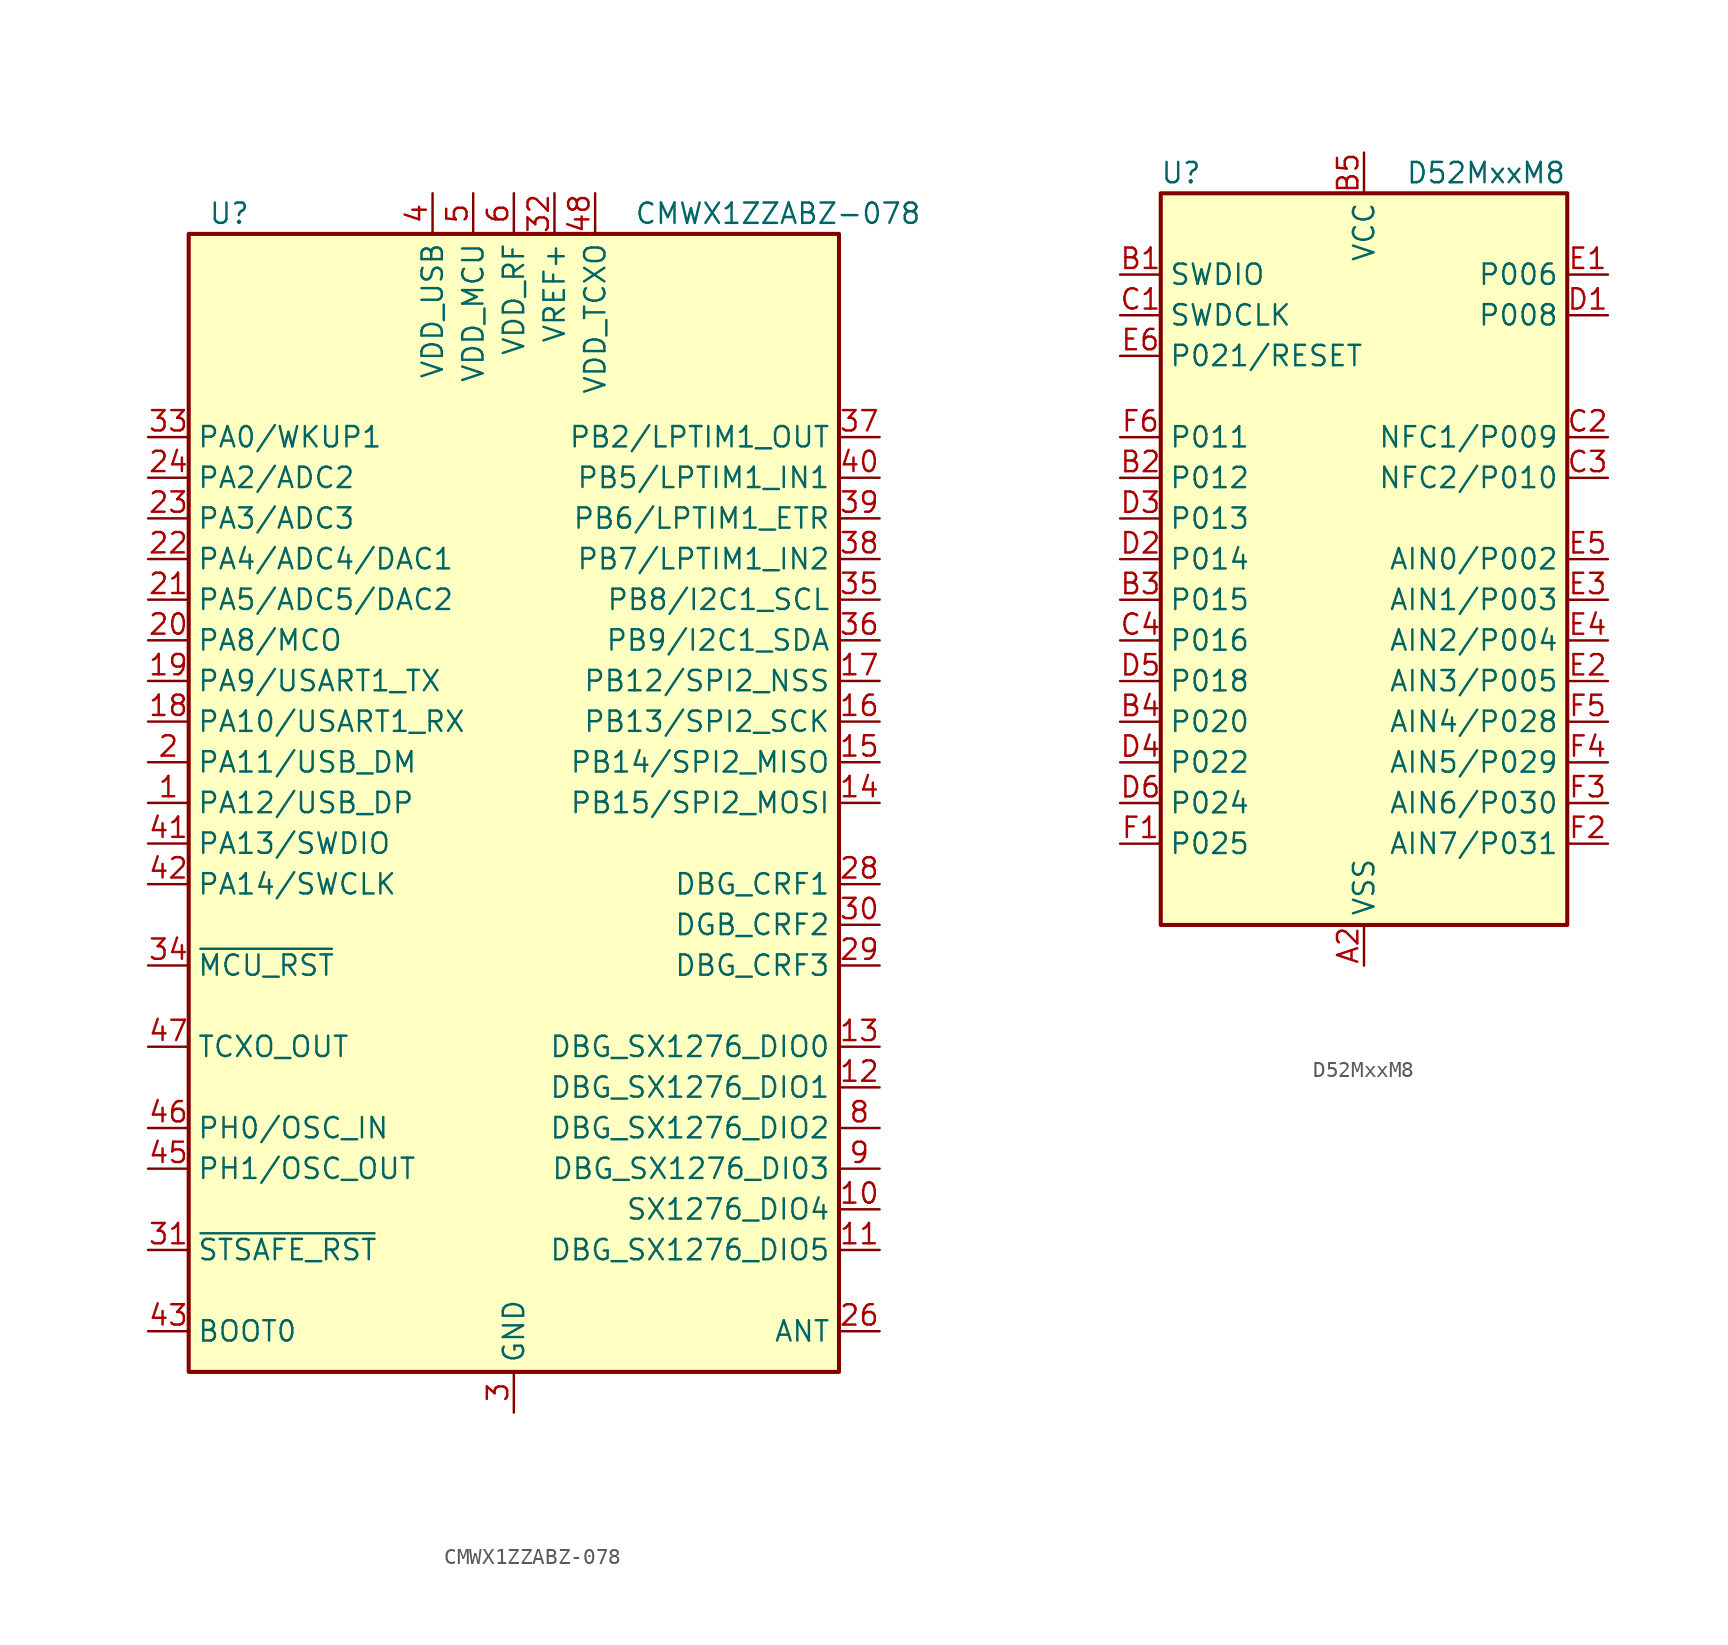
<source format=kicad_sym>
(kicad_symbol_lib
  (version 20201005)
  (generator kicad_symbol_editor)
  (symbol "RF_Module:CMWX1ZZABZ-078"
    (property "Reference" "U"
      (at -17.78 36.83 0)
      (effects (font (size 1.27 1.27))))
    (property "Value" "CMWX1ZZABZ-078"
      (at 16.51 36.83 0)
      (effects (font (size 1.27 1.27))))
    (symbol "CMWX1ZZABZ-078_0_1"
      (rectangle (start -20.32 35.56) (end 20.32 -35.56) (stroke (width 0.254)) (fill (type background))))
    (symbol "CMWX1ZZABZ-078_1_1"
      (pin bidirectional line (at -22.86 0 0) (length 2.54) (name "PA12/USB_DP" (effects (font (size 1.27 1.27)))) (number "1" (effects (font (size 1.27 1.27)))))
      (pin bidirectional line (at 22.86 -25.4 180) (length 2.54) (name "SX1276_DIO4" (effects (font (size 1.27 1.27)))) (number "10" (effects (font (size 1.27 1.27)))))
      (pin bidirectional line (at 22.86 -27.94 180) (length 2.54) (name "DBG_SX1276_DIO5" (effects (font (size 1.27 1.27)))) (number "11" (effects (font (size 1.27 1.27)))))
      (pin bidirectional line (at 22.86 -17.78 180) (length 2.54) (name "DBG_SX1276_DIO1" (effects (font (size 1.27 1.27)))) (number "12" (effects (font (size 1.27 1.27)))))
      (pin bidirectional line (at 22.86 -15.24 180) (length 2.54) (name "DBG_SX1276_DIO0" (effects (font (size 1.27 1.27)))) (number "13" (effects (font (size 1.27 1.27)))))
      (pin bidirectional line (at 22.86 0 180) (length 2.54) (name "PB15/SPI2_MOSI" (effects (font (size 1.27 1.27)))) (number "14" (effects (font (size 1.27 1.27)))))
      (pin bidirectional line (at 22.86 2.54 180) (length 2.54) (name "PB14/SPI2_MISO" (effects (font (size 1.27 1.27)))) (number "15" (effects (font (size 1.27 1.27)))))
      (pin bidirectional line (at 22.86 5.08 180) (length 2.54) (name "PB13/SPI2_SCK" (effects (font (size 1.27 1.27)))) (number "16" (effects (font (size 1.27 1.27)))))
      (pin bidirectional line (at 22.86 7.62 180) (length 2.54) (name "PB12/SPI2_NSS" (effects (font (size 1.27 1.27)))) (number "17" (effects (font (size 1.27 1.27)))))
      (pin bidirectional line (at -22.86 5.08 0) (length 2.54) (name "PA10/USART1_RX" (effects (font (size 1.27 1.27)))) (number "18" (effects (font (size 1.27 1.27)))))
      (pin bidirectional line (at -22.86 7.62 0) (length 2.54) (name "PA9/USART1_TX" (effects (font (size 1.27 1.27)))) (number "19" (effects (font (size 1.27 1.27)))))
      (pin bidirectional line (at -22.86 2.54 0) (length 2.54) (name "PA11/USB_DM" (effects (font (size 1.27 1.27)))) (number "2" (effects (font (size 1.27 1.27)))))
      (pin bidirectional line (at -22.86 10.16 0) (length 2.54) (name "PA8/MCO" (effects (font (size 1.27 1.27)))) (number "20" (effects (font (size 1.27 1.27)))))
      (pin bidirectional line (at -22.86 12.7 0) (length 2.54) (name "PA5/ADC5/DAC2" (effects (font (size 1.27 1.27)))) (number "21" (effects (font (size 1.27 1.27)))))
      (pin bidirectional line (at -22.86 15.24 0) (length 2.54) (name "PA4/ADC4/DAC1" (effects (font (size 1.27 1.27)))) (number "22" (effects (font (size 1.27 1.27)))))
      (pin bidirectional line (at -22.86 17.78 0) (length 2.54) (name "PA3/ADC3" (effects (font (size 1.27 1.27)))) (number "23" (effects (font (size 1.27 1.27)))))
      (pin bidirectional line (at -22.86 20.32 0) (length 2.54) (name "PA2/ADC2" (effects (font (size 1.27 1.27)))) (number "24" (effects (font (size 1.27 1.27)))))
      (pin passive line (at 0 -38.1 90) (length 2.54) hide (name "GND" (effects (font (size 1.27 1.27)))) (number "25" (effects (font (size 1.27 1.27)))))
      (pin passive line (at 22.86 -33.02 180) (length 2.54) (name "ANT" (effects (font (size 1.27 1.27)))) (number "26" (effects (font (size 1.27 1.27)))))
      (pin passive line (at 0 -38.1 90) (length 2.54) hide (name "GND" (effects (font (size 1.27 1.27)))) (number "27" (effects (font (size 1.27 1.27)))))
      (pin passive line (at 22.86 -5.08 180) (length 2.54) (name "DBG_CRF1" (effects (font (size 1.27 1.27)))) (number "28" (effects (font (size 1.27 1.27)))))
      (pin passive line (at 22.86 -10.16 180) (length 2.54) (name "DBG_CRF3" (effects (font (size 1.27 1.27)))) (number "29" (effects (font (size 1.27 1.27)))))
      (pin power_in line (at 0 -38.1 90) (length 2.54) (name "GND" (effects (font (size 1.27 1.27)))) (number "3" (effects (font (size 1.27 1.27)))))
      (pin passive line (at 22.86 -7.62 180) (length 2.54) (name "DGB_CRF2" (effects (font (size 1.27 1.27)))) (number "30" (effects (font (size 1.27 1.27)))))
      (pin passive line (at -22.86 -27.94 0) (length 2.54) (name "~STSAFE_RST" (effects (font (size 1.27 1.27)))) (number "31" (effects (font (size 1.27 1.27)))))
      (pin power_in line (at 2.54 38.1 270) (length 2.54) (name "VREF+" (effects (font (size 1.27 1.27)))) (number "32" (effects (font (size 1.27 1.27)))))
      (pin bidirectional line (at -22.86 22.86 0) (length 2.54) (name "PA0/WKUP1" (effects (font (size 1.27 1.27)))) (number "33" (effects (font (size 1.27 1.27)))))
      (pin input line (at -22.86 -10.16 0) (length 2.54) (name "~MCU_RST" (effects (font (size 1.27 1.27)))) (number "34" (effects (font (size 1.27 1.27)))))
      (pin bidirectional line (at 22.86 12.7 180) (length 2.54) (name "PB8/I2C1_SCL" (effects (font (size 1.27 1.27)))) (number "35" (effects (font (size 1.27 1.27)))))
      (pin bidirectional line (at 22.86 10.16 180) (length 2.54) (name "PB9/I2C1_SDA" (effects (font (size 1.27 1.27)))) (number "36" (effects (font (size 1.27 1.27)))))
      (pin bidirectional line (at 22.86 22.86 180) (length 2.54) (name "PB2/LPTIM1_OUT" (effects (font (size 1.27 1.27)))) (number "37" (effects (font (size 1.27 1.27)))))
      (pin bidirectional line (at 22.86 15.24 180) (length 2.54) (name "PB7/LPTIM1_IN2" (effects (font (size 1.27 1.27)))) (number "38" (effects (font (size 1.27 1.27)))))
      (pin bidirectional line (at 22.86 17.78 180) (length 2.54) (name "PB6/LPTIM1_ETR" (effects (font (size 1.27 1.27)))) (number "39" (effects (font (size 1.27 1.27)))))
      (pin power_in line (at -5.08 38.1 270) (length 2.54) (name "VDD_USB" (effects (font (size 1.27 1.27)))) (number "4" (effects (font (size 1.27 1.27)))))
      (pin bidirectional line (at 22.86 20.32 180) (length 2.54) (name "PB5/LPTIM1_IN1" (effects (font (size 1.27 1.27)))) (number "40" (effects (font (size 1.27 1.27)))))
      (pin bidirectional line (at -22.86 -2.54 0) (length 2.54) (name "PA13/SWDIO" (effects (font (size 1.27 1.27)))) (number "41" (effects (font (size 1.27 1.27)))))
      (pin bidirectional line (at -22.86 -5.08 0) (length 2.54) (name "PA14/SWCLK" (effects (font (size 1.27 1.27)))) (number "42" (effects (font (size 1.27 1.27)))))
      (pin input line (at -22.86 -33.02 0) (length 2.54) (name "BOOT0" (effects (font (size 1.27 1.27)))) (number "43" (effects (font (size 1.27 1.27)))))
      (pin passive line (at 0 -38.1 90) (length 2.54) hide (name "GND" (effects (font (size 1.27 1.27)))) (number "44" (effects (font (size 1.27 1.27)))))
      (pin bidirectional line (at -22.86 -22.86 0) (length 2.54) (name "PH1/OSC_OUT" (effects (font (size 1.27 1.27)))) (number "45" (effects (font (size 1.27 1.27)))))
      (pin bidirectional line (at -22.86 -20.32 0) (length 2.54) (name "PH0/OSC_IN" (effects (font (size 1.27 1.27)))) (number "46" (effects (font (size 1.27 1.27)))))
      (pin output line (at -22.86 -15.24 0) (length 2.54) (name "TCXO_OUT" (effects (font (size 1.27 1.27)))) (number "47" (effects (font (size 1.27 1.27)))))
      (pin power_in line (at 5.08 38.1 270) (length 2.54) (name "VDD_TCXO" (effects (font (size 1.27 1.27)))) (number "48" (effects (font (size 1.27 1.27)))))
      (pin passive line (at 0 -38.1 90) (length 2.54) hide (name "GND" (effects (font (size 1.27 1.27)))) (number "49" (effects (font (size 1.27 1.27)))))
      (pin power_in line (at -2.54 38.1 270) (length 2.54) (name "VDD_MCU" (effects (font (size 1.27 1.27)))) (number "5" (effects (font (size 1.27 1.27)))))
      (pin passive line (at 0 -38.1 90) (length 2.54) hide (name "GND" (effects (font (size 1.27 1.27)))) (number "50" (effects (font (size 1.27 1.27)))))
      (pin passive line (at 0 -38.1 90) (length 2.54) hide (name "GND" (effects (font (size 1.27 1.27)))) (number "51" (effects (font (size 1.27 1.27)))))
      (pin passive line (at 0 -38.1 90) (length 2.54) hide (name "GND" (effects (font (size 1.27 1.27)))) (number "52" (effects (font (size 1.27 1.27)))))
      (pin passive line (at 0 -38.1 90) (length 2.54) hide (name "GND" (effects (font (size 1.27 1.27)))) (number "53" (effects (font (size 1.27 1.27)))))
      (pin passive line (at 0 -38.1 90) (length 2.54) hide (name "GND" (effects (font (size 1.27 1.27)))) (number "54" (effects (font (size 1.27 1.27)))))
      (pin passive line (at 0 -38.1 90) (length 2.54) hide (name "GND" (effects (font (size 1.27 1.27)))) (number "55" (effects (font (size 1.27 1.27)))))
      (pin passive line (at 0 -38.1 90) (length 2.54) hide (name "GND" (effects (font (size 1.27 1.27)))) (number "56" (effects (font (size 1.27 1.27)))))
      (pin passive line (at 0 -38.1 90) (length 2.54) hide (name "GND" (effects (font (size 1.27 1.27)))) (number "57" (effects (font (size 1.27 1.27)))))
      (pin power_in line (at 0 38.1 270) (length 2.54) (name "VDD_RF" (effects (font (size 1.27 1.27)))) (number "6" (effects (font (size 1.27 1.27)))))
      (pin passive line (at 0 -38.1 90) (length 2.54) hide (name "GND" (effects (font (size 1.27 1.27)))) (number "7" (effects (font (size 1.27 1.27)))))
      (pin bidirectional line (at 22.86 -20.32 180) (length 2.54) (name "DBG_SX1276_DIO2" (effects (font (size 1.27 1.27)))) (number "8" (effects (font (size 1.27 1.27)))))
      (pin bidirectional line (at 22.86 -22.86 180) (length 2.54) (name "DBG_SX1276_DI03" (effects (font (size 1.27 1.27)))) (number "9" (effects (font (size 1.27 1.27)))))))
  (symbol "RF_Module:D52MxxM8"
    (property "Reference" "U"
      (at -11.43 24.13 0)
      (effects (font (size 1.27 1.27))))
    (property "Value" "D52MxxM8"
      (at 7.62 24.13 0)
      (effects (font (size 1.27 1.27))))
    (symbol "D52MxxM8_0_1"
      (rectangle (start -12.7 22.86) (end 12.7 -22.86) (stroke (width 0.254)) (fill (type background))))
    (symbol "D52MxxM8_1_1"
      (pin power_in line (at 0 -25.4 90) (length 2.54) (name "VSS" (effects (font (size 1.27 1.27)))) (number "A2" (effects (font (size 1.27 1.27)))))
      (pin passive line (at 0 -25.4 90) (length 2.54) hide (name "VSS" (effects (font (size 1.27 1.27)))) (number "A3" (effects (font (size 1.27 1.27)))))
      (pin passive line (at 0 -25.4 90) (length 2.54) hide (name "VSS" (effects (font (size 1.27 1.27)))) (number "A4" (effects (font (size 1.27 1.27)))))
      (pin passive line (at 0 -25.4 90) (length 2.54) hide (name "VSS" (effects (font (size 1.27 1.27)))) (number "A5" (effects (font (size 1.27 1.27)))))
      (pin passive line (at 0 -25.4 90) (length 2.54) hide (name "VSS" (effects (font (size 1.27 1.27)))) (number "A6" (effects (font (size 1.27 1.27)))))
      (pin bidirectional line (at -15.24 17.78 0) (length 2.54) (name "SWDIO" (effects (font (size 1.27 1.27)))) (number "B1" (effects (font (size 1.27 1.27)))))
      (pin bidirectional line (at -15.24 5.08 0) (length 2.54) (name "P012" (effects (font (size 1.27 1.27)))) (number "B2" (effects (font (size 1.27 1.27)))))
      (pin bidirectional line (at -15.24 -2.54 0) (length 2.54) (name "P015" (effects (font (size 1.27 1.27)))) (number "B3" (effects (font (size 1.27 1.27)))))
      (pin bidirectional line (at -15.24 -10.16 0) (length 2.54) (name "P020" (effects (font (size 1.27 1.27)))) (number "B4" (effects (font (size 1.27 1.27)))))
      (pin power_in line (at 0 25.4 270) (length 2.54) (name "VCC" (effects (font (size 1.27 1.27)))) (number "B5" (effects (font (size 1.27 1.27)))))
      (pin passive line (at 0 25.4 270) (length 2.54) hide (name "VCC" (effects (font (size 1.27 1.27)))) (number "B6" (effects (font (size 1.27 1.27)))))
      (pin input line (at -15.24 15.24 0) (length 2.54) (name "SWDCLK" (effects (font (size 1.27 1.27)))) (number "C1" (effects (font (size 1.27 1.27)))))
      (pin bidirectional line (at 15.24 7.62 180) (length 2.54) (name "NFC1/P009" (effects (font (size 1.27 1.27)))) (number "C2" (effects (font (size 1.27 1.27)))))
      (pin bidirectional line (at 15.24 5.08 180) (length 2.54) (name "NFC2/P010" (effects (font (size 1.27 1.27)))) (number "C3" (effects (font (size 1.27 1.27)))))
      (pin bidirectional line (at -15.24 -5.08 0) (length 2.54) (name "P016" (effects (font (size 1.27 1.27)))) (number "C4" (effects (font (size 1.27 1.27)))))
      (pin passive line (at 0 25.4 270) (length 2.54) hide (name "VCC" (effects (font (size 1.27 1.27)))) (number "C5" (effects (font (size 1.27 1.27)))))
      (pin passive line (at 0 25.4 270) (length 2.54) hide (name "VCC" (effects (font (size 1.27 1.27)))) (number "C6" (effects (font (size 1.27 1.27)))))
      (pin bidirectional line (at 15.24 15.24 180) (length 2.54) (name "P008" (effects (font (size 1.27 1.27)))) (number "D1" (effects (font (size 1.27 1.27)))))
      (pin bidirectional line (at -15.24 0 0) (length 2.54) (name "P014" (effects (font (size 1.27 1.27)))) (number "D2" (effects (font (size 1.27 1.27)))))
      (pin bidirectional line (at -15.24 2.54 0) (length 2.54) (name "P013" (effects (font (size 1.27 1.27)))) (number "D3" (effects (font (size 1.27 1.27)))))
      (pin bidirectional line (at -15.24 -12.7 0) (length 2.54) (name "P022" (effects (font (size 1.27 1.27)))) (number "D4" (effects (font (size 1.27 1.27)))))
      (pin bidirectional line (at -15.24 -7.62 0) (length 2.54) (name "P018" (effects (font (size 1.27 1.27)))) (number "D5" (effects (font (size 1.27 1.27)))))
      (pin bidirectional line (at -15.24 -15.24 0) (length 2.54) (name "P024" (effects (font (size 1.27 1.27)))) (number "D6" (effects (font (size 1.27 1.27)))))
      (pin bidirectional line (at 15.24 17.78 180) (length 2.54) (name "P006" (effects (font (size 1.27 1.27)))) (number "E1" (effects (font (size 1.27 1.27)))))
      (pin bidirectional line (at 15.24 -7.62 180) (length 2.54) (name "AIN3/P005" (effects (font (size 1.27 1.27)))) (number "E2" (effects (font (size 1.27 1.27)))))
      (pin bidirectional line (at 15.24 -2.54 180) (length 2.54) (name "AIN1/P003" (effects (font (size 1.27 1.27)))) (number "E3" (effects (font (size 1.27 1.27)))))
      (pin bidirectional line (at 15.24 -5.08 180) (length 2.54) (name "AIN2/P004" (effects (font (size 1.27 1.27)))) (number "E4" (effects (font (size 1.27 1.27)))))
      (pin bidirectional line (at 15.24 0 180) (length 2.54) (name "AIN0/P002" (effects (font (size 1.27 1.27)))) (number "E5" (effects (font (size 1.27 1.27)))))
      (pin bidirectional line (at -15.24 12.7 0) (length 2.54) (name "P021/RESET" (effects (font (size 1.27 1.27)))) (number "E6" (effects (font (size 1.27 1.27)))))
      (pin bidirectional line (at -15.24 -17.78 0) (length 2.54) (name "P025" (effects (font (size 1.27 1.27)))) (number "F1" (effects (font (size 1.27 1.27)))))
      (pin bidirectional line (at 15.24 -17.78 180) (length 2.54) (name "AIN7/P031" (effects (font (size 1.27 1.27)))) (number "F2" (effects (font (size 1.27 1.27)))))
      (pin bidirectional line (at 15.24 -15.24 180) (length 2.54) (name "AIN6/P030" (effects (font (size 1.27 1.27)))) (number "F3" (effects (font (size 1.27 1.27)))))
      (pin bidirectional line (at 15.24 -12.7 180) (length 2.54) (name "AIN5/P029" (effects (font (size 1.27 1.27)))) (number "F4" (effects (font (size 1.27 1.27)))))
      (pin bidirectional line (at 15.24 -10.16 180) (length 2.54) (name "AIN4/P028" (effects (font (size 1.27 1.27)))) (number "F5" (effects (font (size 1.27 1.27)))))
      (pin bidirectional line (at -15.24 7.62 0) (length 2.54) (name "P011" (effects (font (size 1.27 1.27)))) (number "F6" (effects (font (size 1.27 1.27))))))))
</source>
